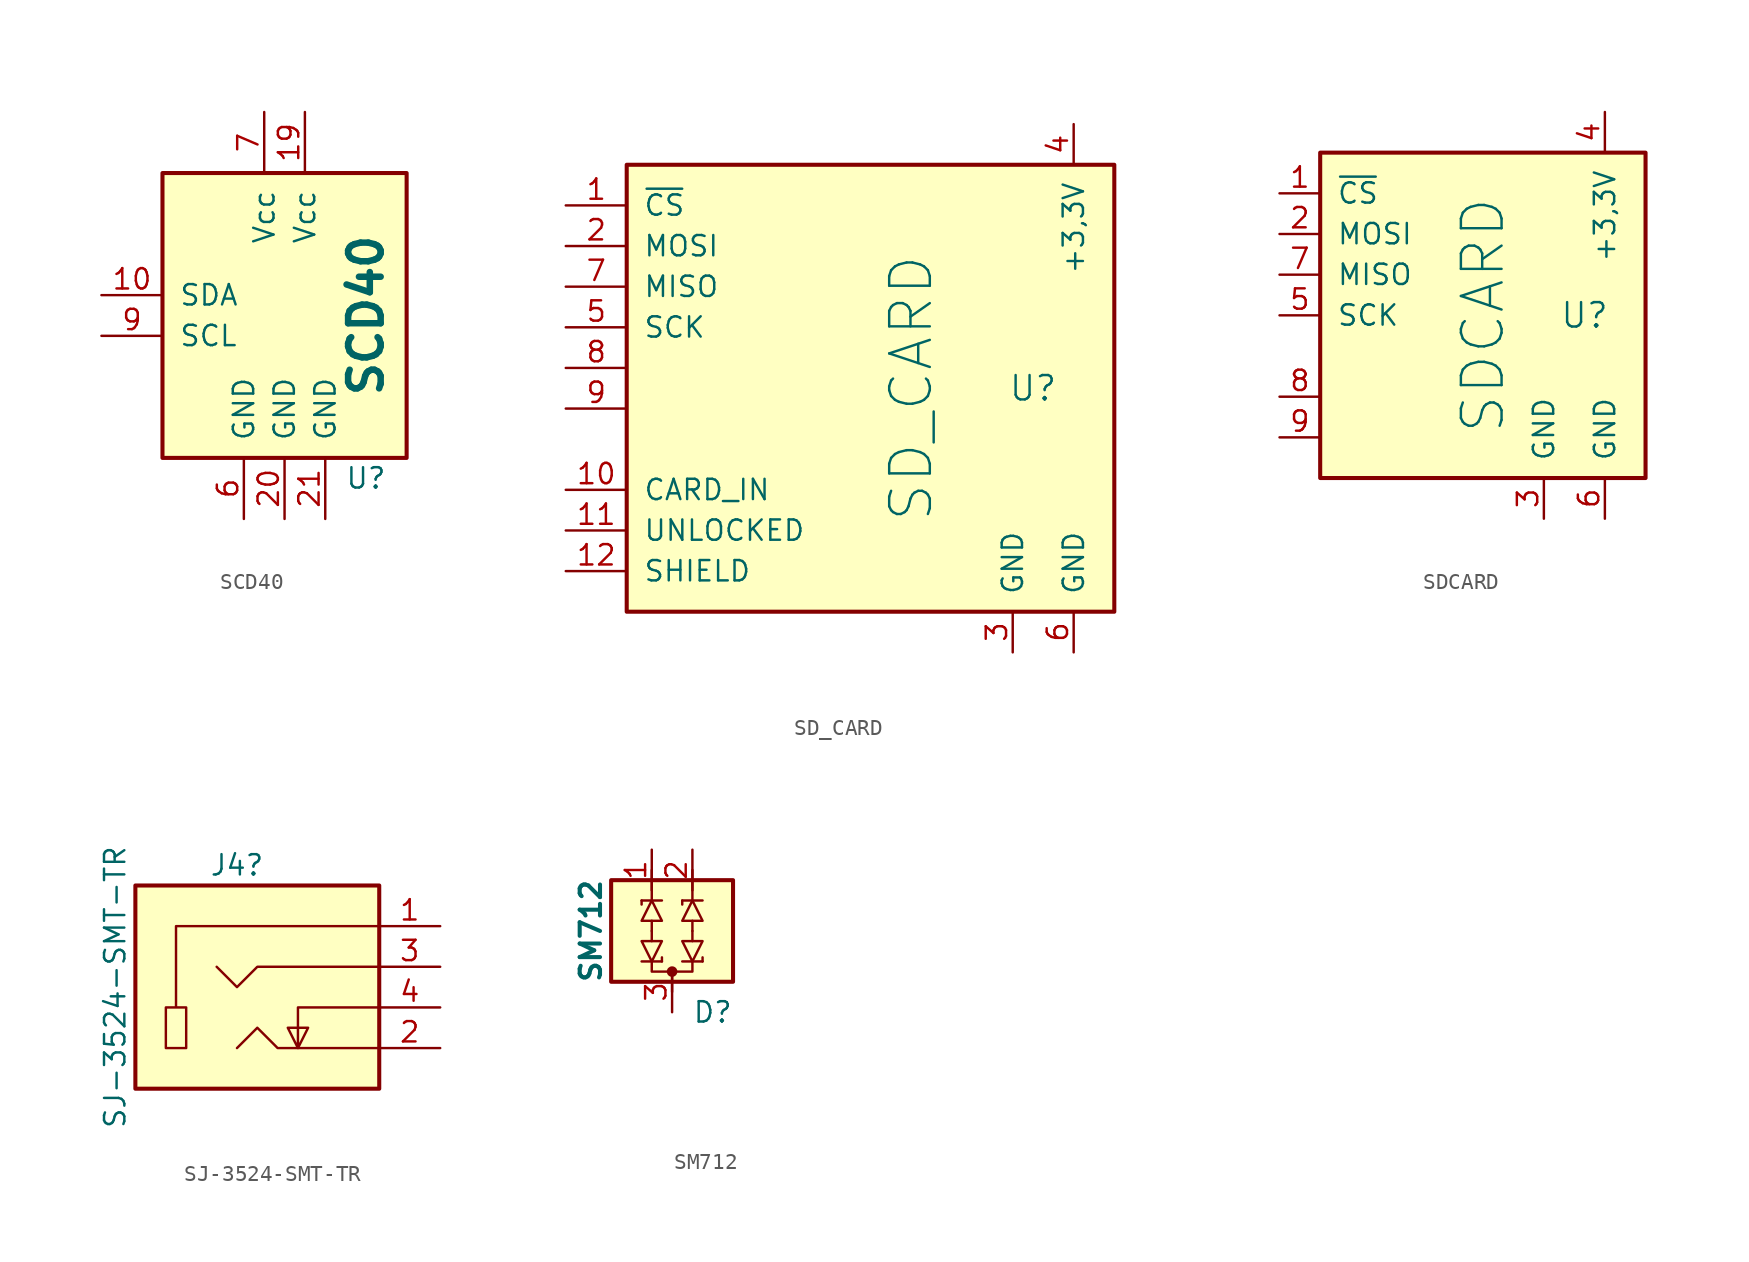
<source format=kicad_sym>
(kicad_symbol_lib
  (version 20231120)
  (generator "kicad_symbol_editor")
  (generator_version "8.0")
  (symbol "SCD40"
    (pin_names
      (offset 1.016))
    (property "Reference" "U"
      (at 5.08 -10.16 0)
      (effects (font (size 1.27 1.27))))
    (property "Value" "SCD40"
      (at 5.08 0 90)
      (effects (font (size 2.032 2.032) (bold yes))))
    (symbol "SCD40_0_1"
      (rectangle (start -7.62 8.89) (end 7.62 -8.89) (stroke (width 0.254) (type default)) (fill (type background))))
    (symbol "SCD40_1_1"
      (pin passive line (at -11.43 1.27 0) (length 3.81) (name "SDA" (effects (font (size 1.27 1.27)))) (number "10" (effects (font (size 1.27 1.27)))))
      (pin passive line (at 1.27 12.7 270) (length 3.81) (name "Vcc" (effects (font (size 1.27 1.27)))) (number "19" (effects (font (size 1.27 1.27)))))
      (pin passive line (at 0 -12.7 90) (length 3.81) (name "GND" (effects (font (size 1.27 1.27)))) (number "20" (effects (font (size 1.27 1.27)))))
      (pin passive line (at 2.54 -12.7 90) (length 3.81) (name "GND" (effects (font (size 1.27 1.27)))) (number "21" (effects (font (size 1.27 1.27)))))
      (pin passive line (at -2.54 -12.7 90) (length 3.81) (name "GND" (effects (font (size 1.27 1.27)))) (number "6" (effects (font (size 1.27 1.27)))))
      (pin passive line (at -1.27 12.7 270) (length 3.81) (name "Vcc" (effects (font (size 1.27 1.27)))) (number "7" (effects (font (size 1.27 1.27)))))
      (pin passive line (at -11.43 -1.27 0) (length 3.81) (name "SCL" (effects (font (size 1.27 1.27)))) (number "9" (effects (font (size 1.27 1.27)))))))
  (symbol "SD_CARD"
    (pin_names
      (offset 1.016))
    (property "Reference" "U"
      (at 11.43 0 0)
      (effects (font (size 1.524 1.524))))
    (property "Value" "SD_CARD"
      (at 3.81 0 90)
      (effects (font (size 2.54 2.54))))
    (property "Footprint" ""
      (at 0 0 0)
      (effects (font (size 1.524 1.524))))
    (property "Datasheet" ""
      (at 0 0 0)
      (effects (font (size 1.524 1.524))))
    (symbol "SD_CARD_0_1"
      (rectangle (start 16.51 13.97) (end -13.97 -13.97) (stroke (width 0.254) (type default)) (fill (type background))))
    (symbol "SD_CARD_1_1"
      (pin passive line (at -17.78 11.43 0) (length 3.81) (name "~{CS}" (effects (font (size 1.27 1.27)))) (number "1" (effects (font (size 1.27 1.27)))))
      (pin input line (at -17.78 -6.35 0) (length 3.81) (name "CARD_IN" (effects (font (size 1.27 1.27)))) (number "10" (effects (font (size 1.27 1.27)))))
      (pin input line (at -17.78 -8.89 0) (length 3.81) (name "UNLOCKED" (effects (font (size 1.27 1.27)))) (number "11" (effects (font (size 1.27 1.27)))))
      (pin input line (at -17.78 -11.43 0) (length 3.81) (name "SHIELD" (effects (font (size 1.27 1.27)))) (number "12" (effects (font (size 1.27 1.27)))))
      (pin passive line (at -17.78 8.89 0) (length 3.81) (name "MOSI" (effects (font (size 1.27 1.27)))) (number "2" (effects (font (size 1.27 1.27)))))
      (pin power_in line (at 10.16 -16.51 90) (length 2.54) (name "GND" (effects (font (size 1.27 1.27)))) (number "3" (effects (font (size 1.27 1.27)))))
      (pin power_in line (at 13.97 16.51 270) (length 2.54) (name "+3,3V" (effects (font (size 1.27 1.27)))) (number "4" (effects (font (size 1.27 1.27)))))
      (pin passive line (at -17.78 3.81 0) (length 3.81) (name "SCK" (effects (font (size 1.27 1.27)))) (number "5" (effects (font (size 1.27 1.27)))))
      (pin power_in line (at 13.97 -16.51 90) (length 2.54) (name "GND" (effects (font (size 1.27 1.27)))) (number "6" (effects (font (size 1.27 1.27)))))
      (pin passive line (at -17.78 6.35 0) (length 3.81) (name "MISO" (effects (font (size 1.27 1.27)))) (number "7" (effects (font (size 1.27 1.27)))))
      (pin passive line (at -17.78 1.27 0) (length 3.81) (name "~" (effects (font (size 1.27 1.27)))) (number "8" (effects (font (size 1.27 1.27)))))
      (pin passive line (at -17.78 -1.27 0) (length 3.81) (name "~" (effects (font (size 1.27 1.27)))) (number "9" (effects (font (size 1.27 1.27)))))))
  (symbol "SDCARD"
    (pin_names
      (offset 1.016))
    (property "Reference" "U"
      (at 6.35 0 0)
      (effects (font (size 1.524 1.524))))
    (property "Value" "SDCARD"
      (at 0 0 90)
      (effects (font (size 2.54 2.54))))
    (property "Footprint" ""
      (at 0 0 0)
      (effects (font (size 1.524 1.524))))
    (property "Datasheet" ""
      (at 0 0 0)
      (effects (font (size 1.524 1.524))))
    (symbol "SDCARD_0_1"
      (rectangle (start -10.16 10.16) (end 10.16 -10.16) (stroke (width 0.254) (type default)) (fill (type background))))
    (symbol "SDCARD_1_1"
      (pin passive line (at -12.7 7.62 0) (length 2.54) (name "~{CS}" (effects (font (size 1.27 1.27)))) (number "1" (effects (font (size 1.27 1.27)))))
      (pin passive line (at -12.7 5.08 0) (length 2.54) (name "MOSI" (effects (font (size 1.27 1.27)))) (number "2" (effects (font (size 1.27 1.27)))))
      (pin power_in line (at 3.81 -12.7 90) (length 2.54) (name "GND" (effects (font (size 1.27 1.27)))) (number "3" (effects (font (size 1.27 1.27)))))
      (pin power_in line (at 7.62 12.7 270) (length 2.54) (name "+3,3V" (effects (font (size 1.27 1.27)))) (number "4" (effects (font (size 1.27 1.27)))))
      (pin passive line (at -12.7 0 0) (length 2.54) (name "SCK" (effects (font (size 1.27 1.27)))) (number "5" (effects (font (size 1.27 1.27)))))
      (pin power_in line (at 7.62 -12.7 90) (length 2.54) (name "GND" (effects (font (size 1.27 1.27)))) (number "6" (effects (font (size 1.27 1.27)))))
      (pin passive line (at -12.7 2.54 0) (length 2.54) (name "MISO" (effects (font (size 1.27 1.27)))) (number "7" (effects (font (size 1.27 1.27)))))
      (pin passive line (at -12.7 -5.08 0) (length 2.54) (name "~" (effects (font (size 1.27 1.27)))) (number "8" (effects (font (size 1.27 1.27)))))
      (pin passive line (at -12.7 -7.62 0) (length 2.54) (name "~" (effects (font (size 1.27 1.27)))) (number "9" (effects (font (size 1.27 1.27)))))))
  (symbol "SJ-3524-SMT-TR"
    (pin_names hide)
    (property "Reference" "J4"
      (at 0 7.62 0)
      (effects (font (size 1.27 1.27))))
    (property "Value" "SJ-3524-SMT-TR"
      (at -7.62 0 90)
      (effects (font (size 1.27 1.27))))
    (symbol "SJ-3524-SMT-TR_0_1"
      (polyline (pts (xy 8.89 -3.81) (xy 2.54 -3.81) (xy 1.27 -2.54) (xy 0 -3.81)) (stroke (width 0) (type default)) (fill (type none)))
      (polyline (pts (xy 8.89 1.27) (xy 1.27 1.27) (xy 0 0) (xy -1.27 1.27)) (stroke (width 0) (type default)) (fill (type none)))
      (polyline (pts (xy 8.89 -1.27) (xy 3.81 -1.27) (xy 3.81 -3.81) (xy 3.175 -2.54) (xy 4.445 -2.54) (xy 3.81 -3.81)) (stroke (width 0) (type default)) (fill (type none)))
      (polyline (pts (xy 8.89 3.81) (xy -3.81 3.81) (xy -3.81 -1.27) (xy -4.445 -1.27) (xy -4.445 -3.81) (xy -3.175 -3.81) (xy -3.175 -1.27) (xy -3.81 -1.27)) (stroke (width 0) (type default)) (fill (type none))))
    (symbol "SJ-3524-SMT-TR_1_1"
      (rectangle (start -6.35 6.35) (end 8.89 -6.35) (stroke (width 0.254) (type default)) (fill (type background)))
      (pin passive line (at 12.7 3.81 180) (length 3.81) (name "SLEEVE" (effects (font (size 1.27 1.27)))) (number "1" (effects (font (size 1.27 1.27)))))
      (pin passive line (at 12.7 -3.81 180) (length 3.81) (name "TIP" (effects (font (size 1.27 1.27)))) (number "2" (effects (font (size 1.27 1.27)))))
      (pin passive line (at 12.7 1.27 180) (length 3.81) (name "RING" (effects (font (size 1.27 1.27)))) (number "3" (effects (font (size 1.27 1.27)))))
      (pin passive line (at 12.7 -1.27 180) (length 3.81) (name "TIP_SWITCH" (effects (font (size 1.27 1.27)))) (number "4" (effects (font (size 1.27 1.27)))))))
  (symbol "SM712"
    (pin_names
      (offset 1.016))
    (property "Reference" "D"
      (at 2.54 -5.08 0)
      (effects (font (size 1.27 1.27))))
    (property "Value" "SM712"
      (at -5.08 0 90)
      (effects (font (size 1.27 1.27) (bold yes))))
    (property "Datasheet" ""
      (at 10.16 -11.43 0)
      (effects (font (size 1.524 1.524))))
    (symbol "SM712_0_0"
      (circle (center 0 -2.54) (radius 0.254) (stroke (width 0) (type default)) (fill (type outline)))
      (polyline (pts (xy -1.27 -0.635) (xy -1.27 0)) (stroke (width 0) (type default)) (fill (type none)))
      (polyline (pts (xy -1.27 0.635) (xy -1.27 0)) (stroke (width 0) (type default)) (fill (type none)))
      (polyline (pts (xy 1.27 -0.635) (xy 1.27 0)) (stroke (width 0) (type default)) (fill (type none)))
      (polyline (pts (xy 1.27 0.635) (xy 1.27 0)) (stroke (width 0) (type default)) (fill (type none))))
    (symbol "SM712_0_1"
      (polyline (pts (xy -1.905 1.905) (xy -1.905 1.651)) (stroke (width 0) (type default)) (fill (type none)))
      (polyline (pts (xy -1.905 1.905) (xy -0.635 1.905)) (stroke (width 0) (type default)) (fill (type none)))
      (polyline (pts (xy -1.27 3.81) (xy -1.27 1.905)) (stroke (width 0) (type default)) (fill (type none)))
      (polyline (pts (xy -0.635 -1.905) (xy -1.905 -1.905)) (stroke (width 0) (type default)) (fill (type none)))
      (polyline (pts (xy -0.635 -1.905) (xy -0.635 -1.651)) (stroke (width 0) (type default)) (fill (type none)))
      (polyline (pts (xy 0 -2.54) (xy 0 -3.81)) (stroke (width 0) (type default)) (fill (type none)))
      (polyline (pts (xy 0.635 1.905) (xy 0.635 1.651)) (stroke (width 0) (type default)) (fill (type none)))
      (polyline (pts (xy 0.635 1.905) (xy 1.905 1.905)) (stroke (width 0) (type default)) (fill (type none)))
      (polyline (pts (xy 1.27 3.81) (xy 1.27 1.905)) (stroke (width 0) (type default)) (fill (type none)))
      (polyline (pts (xy 1.905 -1.905) (xy 0.635 -1.905)) (stroke (width 0) (type default)) (fill (type none)))
      (polyline (pts (xy 1.905 -1.905) (xy 1.905 -1.651)) (stroke (width 0) (type default)) (fill (type none)))
      (polyline (pts (xy -1.27 -1.905) (xy -0.635 -0.635) (xy -1.905 -0.635) (xy -1.27 -1.905)) (stroke (width 0) (type default)) (fill (type none)))
      (polyline (pts (xy -1.27 1.905) (xy -1.905 0.635) (xy -0.635 0.635) (xy -1.27 1.905)) (stroke (width 0) (type default)) (fill (type none)))
      (polyline (pts (xy 1.27 -1.905) (xy 1.905 -0.635) (xy 0.635 -0.635) (xy 1.27 -1.905)) (stroke (width 0) (type default)) (fill (type none)))
      (polyline (pts (xy 1.27 1.905) (xy 0.635 0.635) (xy 1.905 0.635) (xy 1.27 1.905)) (stroke (width 0) (type default)) (fill (type none)))
      (polyline (pts (xy 1.27 -1.905) (xy 1.27 -2.54) (xy 0 -2.54) (xy -1.27 -2.54) (xy -1.27 -1.905)) (stroke (width 0) (type default)) (fill (type none)))
      (rectangle (start 3.81 -3.175) (end -3.81 3.175) (stroke (width 0.254) (type default)) (fill (type background))))
    (symbol "SM712_1_1"
      (pin passive line (at -1.27 5.08 270) (length 2.54) (name "~" (effects (font (size 1.27 1.27)))) (number "1" (effects (font (size 1.27 1.27)))))
      (pin passive line (at 1.27 5.08 270) (length 2.54) (name "~" (effects (font (size 1.27 1.27)))) (number "2" (effects (font (size 1.27 1.27)))))
      (pin passive line (at 0 -5.08 90) (length 2.54) (name "~" (effects (font (size 1.27 1.27)))) (number "3" (effects (font (size 1.27 1.27))))))))
</source>
